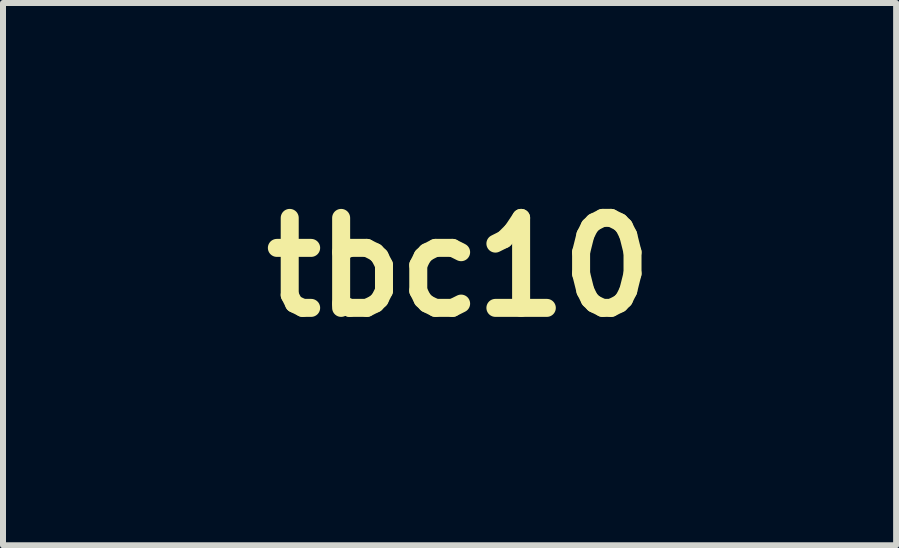
<source format=kicad_pcb>
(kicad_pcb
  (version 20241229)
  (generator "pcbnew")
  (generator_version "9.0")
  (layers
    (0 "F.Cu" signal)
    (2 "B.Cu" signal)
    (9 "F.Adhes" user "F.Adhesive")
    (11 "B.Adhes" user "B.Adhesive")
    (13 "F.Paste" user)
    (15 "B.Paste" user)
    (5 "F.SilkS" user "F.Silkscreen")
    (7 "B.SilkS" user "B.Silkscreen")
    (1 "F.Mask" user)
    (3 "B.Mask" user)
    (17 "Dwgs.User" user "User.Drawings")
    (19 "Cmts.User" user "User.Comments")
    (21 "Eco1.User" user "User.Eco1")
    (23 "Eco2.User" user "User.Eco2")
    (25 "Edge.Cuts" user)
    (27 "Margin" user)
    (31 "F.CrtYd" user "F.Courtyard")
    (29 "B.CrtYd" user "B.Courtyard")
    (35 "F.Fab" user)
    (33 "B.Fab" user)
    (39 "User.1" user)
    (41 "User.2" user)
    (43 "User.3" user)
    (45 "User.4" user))
  (footprint "tbc10"
    (layer "F.Cu")
    (at 4.601 1.404)
    (property "Reference" "tbc10" (at 0 0 0) (layer "F.SilkS") (effects (font (size 1.5 1.5) (thickness 0.3))))
    (attr board_only exclude_from_pos_files exclude_from_bom)
    (fp_poly (pts (xy -4.551 0.634) (xy -4.558 0.64) (xy -4.565 0.634) (xy -4.558 0.627)) (stroke (width 0) (type solid)) (fill yes) (layer "F.Mask"))
    (fp_poly (pts (xy -4.497 0.593) (xy -4.504 0.6) (xy -4.51 0.593) (xy -4.504 0.586)) (stroke (width 0) (type solid)) (fill yes) (layer "F.Mask"))
    (fp_poly (pts (xy -4.483 0.852) (xy -4.49 0.858) (xy -4.497 0.852) (xy -4.49 0.845)) (stroke (width 0) (type solid)) (fill yes) (layer "F.Mask"))
    (fp_poly (pts (xy -4.47 0.579) (xy -4.476 0.586) (xy -4.483 0.579) (xy -4.476 0.572)) (stroke (width 0) (type solid)) (fill yes) (layer "F.Mask"))
    (fp_poly (pts (xy -4.456 0.893) (xy -4.463 0.899) (xy -4.47 0.893) (xy -4.463 0.886)) (stroke (width 0) (type solid)) (fill yes) (layer "F.Mask"))
    (fp_poly (pts (xy -4.361 0.456) (xy -4.367 0.463) (xy -4.374 0.456) (xy -4.367 0.45)) (stroke (width 0) (type solid)) (fill yes) (layer "F.Mask"))
    (fp_poly (pts (xy -4.333 0.429) (xy -4.34 0.436) (xy -4.347 0.429) (xy -4.34 0.422)) (stroke (width 0) (type solid)) (fill yes) (layer "F.Mask"))
    (fp_poly (pts (xy -4.238 0.375) (xy -4.245 0.382) (xy -4.252 0.375) (xy -4.245 0.368)) (stroke (width 0) (type solid)) (fill yes) (layer "F.Mask"))
    (fp_poly (pts (xy -4.211 0.293) (xy -4.217 0.3) (xy -4.224 0.293) (xy -4.217 0.286)) (stroke (width 0) (type solid)) (fill yes) (layer "F.Mask"))
    (fp_poly (pts (xy -4.183 0.266) (xy -4.19 0.273) (xy -4.197 0.266) (xy -4.19 0.259)) (stroke (width 0) (type solid)) (fill yes) (layer "F.Mask"))
    (fp_poly (pts (xy -4.129 0.211) (xy -4.136 0.218) (xy -4.142 0.211) (xy -4.136 0.204)) (stroke (width 0) (type solid)) (fill yes) (layer "F.Mask"))
    (fp_poly (pts (xy -3.965 0.061) (xy -3.972 0.068) (xy -3.979 0.061) (xy -3.972 0.055)) (stroke (width 0) (type solid)) (fill yes) (layer "F.Mask"))
    (fp_poly (pts (xy -3.475 1.233) (xy -3.482 1.24) (xy -3.488 1.233) (xy -3.482 1.226)) (stroke (width 0) (type solid)) (fill yes) (layer "F.Mask"))
    (fp_poly (pts (xy -3.052 1.233) (xy -3.059 1.24) (xy -3.066 1.233) (xy -3.059 1.226)) (stroke (width 0) (type solid)) (fill yes) (layer "F.Mask"))
    (fp_poly (pts (xy -2.671 1.233) (xy -2.678 1.24) (xy -2.684 1.233) (xy -2.678 1.226)) (stroke (width 0) (type solid)) (fill yes) (layer "F.Mask"))
    (fp_poly (pts (xy -2.18 0.252) (xy -2.187 0.259) (xy -2.194 0.252) (xy -2.187 0.245)) (stroke (width 0) (type solid)) (fill yes) (layer "F.Mask"))
    (fp_poly (pts (xy -0.886 1.233) (xy -0.893 1.24) (xy -0.899 1.233) (xy -0.893 1.226)) (stroke (width 0) (type solid)) (fill yes) (layer "F.Mask"))
    (fp_poly (pts (xy -4.024 0.128) (xy -4.028 0.134) (xy -4.041 0.135) (xy -4.056 0.132) (xy -4.05 0.127) (xy -4.028 0.125)) (stroke (width 0) (type solid)) (fill yes) (layer "F.Mask"))
    (fp_poly (pts (xy -4.578 0.678) (xy -4.574 0.686) (xy -4.577 0.702) (xy -4.584 0.704) (xy -4.6 0.693) (xy -4.601 0.686) (xy -4.595 0.669) (xy -4.591 0.668)) (stroke (width 0) (type solid)) (fill yes) (layer "F.Mask"))
    (fp_poly (pts (xy -4.433 0.513) (xy -4.435 0.518) (xy -4.448 0.531) (xy -4.451 0.531) (xy -4.452 0.523) (xy -4.449 0.518) (xy -4.436 0.505) (xy -4.434 0.504)) (stroke (width 0) (type solid)) (fill yes) (layer "F.Mask"))
    (fp_poly (pts (xy -1.898 0.594) (xy -1.88 0.607) (xy -1.87 0.625) (xy -1.877 0.642) (xy -1.899 0.662) (xy -1.937 0.69) (xy -1.961 0.694) (xy -1.973 0.674) (xy -1.973 0.644) (xy -1.968 0.609) (xy -1.954 0.593) (xy -1.934 0.589)) (stroke (width 0) (type solid)) (fill yes) (layer "F.Mask"))
    (fp_poly (pts (xy 1.472 0.713) (xy 1.492 0.723) (xy 1.493 0.724) (xy 1.492 0.742) (xy 1.471 0.757) (xy 1.438 0.763) (xy 1.405 0.757) (xy 1.392 0.751) (xy 1.379 0.734) (xy 1.389 0.719) (xy 1.418 0.71) (xy 1.438 0.709)) (stroke (width 0) (type solid)) (fill yes) (layer "F.Mask"))
    (fp_poly (pts (xy -1.531 0.77) (xy -1.522 0.775) (xy -1.515 0.793) (xy -1.532 0.81) (xy -1.576 0.826) (xy -1.584 0.829) (xy -1.624 0.836) (xy -1.643 0.829) (xy -1.644 0.828) (xy -1.643 0.809) (xy -1.622 0.791) (xy -1.592 0.775) (xy -1.558 0.767)) (stroke (width 0) (type solid)) (fill yes) (layer "F.Mask"))
    (fp_poly (pts (xy 1.92 0.773) (xy 1.939 0.781) (xy 1.946 0.794) (xy 1.94 0.825) (xy 1.914 0.854) (xy 1.875 0.879) (xy 1.831 0.894) (xy 1.789 0.898) (xy 1.76 0.888) (xy 1.744 0.866) (xy 1.75 0.839) (xy 1.773 0.813) (xy 1.81 0.79) (xy 1.856 0.776) (xy 1.881 0.773)) (stroke (width 0) (type solid)) (fill yes) (layer "F.Mask"))
    (fp_poly (pts (xy -2.379 0.74) (xy -2.368 0.753) (xy -2.363 0.769) (xy -2.366 0.803) (xy -2.389 0.832) (xy -2.425 0.851) (xy -2.466 0.859) (xy -2.506 0.852) (xy -2.527 0.837) (xy -2.545 0.805) (xy -2.545 0.773) (xy -2.531 0.754) (xy -2.508 0.746) (xy -2.469 0.74) (xy -2.443 0.738) (xy -2.401 0.736)) (stroke (width 0) (type solid)) (fill yes) (layer "F.Mask"))
    (fp_poly (pts (xy -0.503 0.771) (xy -0.474 0.791) (xy -0.451 0.816) (xy -0.441 0.84) (xy -0.442 0.846) (xy -0.458 0.864) (xy -0.486 0.887) (xy -0.516 0.906) (xy -0.535 0.913) (xy -0.548 0.904) (xy -0.556 0.896) (xy -0.564 0.87) (xy -0.562 0.834) (xy -0.553 0.798) (xy -0.539 0.772) (xy -0.529 0.766)) (stroke (width 0) (type solid)) (fill yes) (layer "F.Mask"))
    (fp_poly (pts (xy -1.885 0.772) (xy -1.849 0.792) (xy -1.818 0.822) (xy -1.8 0.852) (xy -1.799 0.861) (xy -1.812 0.884) (xy -1.849 0.91) (xy -1.866 0.92) (xy -1.912 0.942) (xy -1.941 0.951) (xy -1.96 0.948) (xy -1.975 0.933) (xy -1.982 0.924) (xy -2 0.879) (xy -1.998 0.836) (xy -1.979 0.798) (xy -1.947 0.774) (xy -1.906 0.767)) (stroke (width 0) (type solid)) (fill yes) (layer "F.Mask"))
    (fp_poly (pts (xy 2.946 0.353) (xy 2.968 0.386) (xy 2.998 0.439) (xy 3.034 0.507) (xy 3.075 0.588) (xy 3.12 0.678) (xy 3.167 0.776) (xy 3.208 0.865) (xy 3.233 0.917) (xy 3.253 0.962) (xy 3.268 0.991) (xy 3.271 0.997) (xy 3.282 1.021) (xy 3.3 1.062) (xy 3.317 1.103) (xy 3.335 1.152) (xy 3.34 1.182) (xy 3.334 1.195) (xy 3.315 1.199) (xy 3.275 1.202) (xy 3.221 1.205) (xy 3.159 1.206) (xy 3.096 1.206) (xy 3.038 1.205) (xy 2.991 1.203) (xy 2.977 1.201) (xy 2.947 1.196) (xy 2.927 1.186) (xy 2.915 1.165) (xy 2.91 1.129) (xy 2.909 1.074) (xy 2.91 1.032) (xy 2.911 0.973) (xy 2.912 0.894) (xy 2.914 0.802) (xy 2.914 0.705) (xy 2.915 0.617) (xy 2.915 0.52) (xy 2.917 0.448) (xy 2.919 0.397) (xy 2.923 0.365) (xy 2.927 0.347) (xy 2.934 0.341) (xy 2.934 0.341)) (stroke (width 0) (type solid)) (fill yes) (layer "F.Mask"))
    (fp_poly (pts (xy 4.062 0.239) (xy 4.125 0.241) (xy 4.185 0.245) (xy 4.237 0.251) (xy 4.273 0.257) (xy 4.286 0.262) (xy 4.286 0.279) (xy 4.275 0.314) (xy 4.257 0.362) (xy 4.234 0.418) (xy 4.208 0.475) (xy 4.182 0.529) (xy 4.158 0.574) (xy 4.139 0.604) (xy 4.128 0.613) (xy 4.117 0.624) (xy 4.115 0.636) (xy 4.109 0.658) (xy 4.093 0.698) (xy 4.069 0.75) (xy 4.041 0.807) (xy 4.012 0.865) (xy 3.984 0.917) (xy 3.961 0.958) (xy 3.945 0.98) (xy 3.944 0.982) (xy 3.928 1.008) (xy 3.924 1.028) (xy 3.917 1.058) (xy 3.901 1.081) (xy 3.881 1.09) (xy 3.866 1.08) (xy 3.865 1.064) (xy 3.864 1.024) (xy 3.863 0.963) (xy 3.863 0.883) (xy 3.864 0.789) (xy 3.864 0.682) (xy 3.865 0.567) (xy 3.867 0.445) (xy 3.869 0.326) (xy 3.87 0.249) (xy 3.955 0.241) (xy 4.003 0.239)) (stroke (width 0) (type solid)) (fill yes) (layer "F.Mask"))
    (fp_poly (pts (xy 3.538 0.232) (xy 3.607 0.235) (xy 3.653 0.242) (xy 3.679 0.251) (xy 3.688 0.265) (xy 3.687 0.271) (xy 3.685 0.29) (xy 3.683 0.332) (xy 3.682 0.395) (xy 3.68 0.474) (xy 3.678 0.565) (xy 3.677 0.666) (xy 3.677 0.695) (xy 3.676 0.799) (xy 3.674 0.896) (xy 3.672 0.981) (xy 3.67 1.052) (xy 3.668 1.104) (xy 3.666 1.133) (xy 3.666 1.137) (xy 3.653 1.172) (xy 3.635 1.18) (xy 3.61 1.161) (xy 3.599 1.147) (xy 3.58 1.116) (xy 3.57 1.095) (xy 3.57 1.093) (xy 3.564 1.074) (xy 3.548 1.041) (xy 3.536 1.02) (xy 3.516 0.982) (xy 3.504 0.951) (xy 3.502 0.941) (xy 3.494 0.915) (xy 3.484 0.9) (xy 3.469 0.877) (xy 3.45 0.837) (xy 3.433 0.797) (xy 3.412 0.748) (xy 3.383 0.685) (xy 3.351 0.619) (xy 3.337 0.593) (xy 3.281 0.485) (xy 3.236 0.396) (xy 3.2 0.323) (xy 3.191 0.304) (xy 3.18 0.281) (xy 3.176 0.263) (xy 3.182 0.251) (xy 3.2 0.242) (xy 3.234 0.237) (xy 3.287 0.234) (xy 3.361 0.232) (xy 3.445 0.232)) (stroke (width 0) (type solid)) (fill yes) (layer "F.Mask"))
    (fp_poly (pts (xy -3.65 -0.204) (xy -3.644 -0.201) (xy -3.64 -0.192) (xy -3.637 -0.172) (xy -3.637 -0.137) (xy -3.637 -0.085) (xy -3.638 -0.01) (xy -3.638 0.018) (xy -3.639 0.096) (xy -3.638 0.151) (xy -3.635 0.188) (xy -3.629 0.212) (xy -3.621 0.228) (xy -3.618 0.232) (xy -3.61 0.239) (xy -3.598 0.245) (xy -3.579 0.249) (xy -3.552 0.253) (xy -3.511 0.255) (xy -3.455 0.257) (xy -3.38 0.258) (xy -3.284 0.259) (xy -3.177 0.259) (xy -3.072 0.26) (xy -2.976 0.26) (xy -2.891 0.26) (xy -2.822 0.261) (xy -2.771 0.261) (xy -2.743 0.261) (xy -2.739 0.261) (xy -2.719 0.26) (xy -2.676 0.259) (xy -2.618 0.257) (xy -2.549 0.256) (xy -2.521 0.255) (xy -2.455 0.254) (xy -2.404 0.254) (xy -2.371 0.255) (xy -2.36 0.258) (xy -2.364 0.259) (xy -2.369 0.263) (xy -2.349 0.267) (xy -2.307 0.269) (xy -2.244 0.27) (xy -2.242 0.27) (xy -2.17 0.269) (xy -2.125 0.267) (xy -2.107 0.263) (xy -2.112 0.258) (xy -2.13 0.251) (xy -2.125 0.249) (xy -2.098 0.252) (xy -2.067 0.255) (xy -2.015 0.258) (xy -1.95 0.261) (xy -1.877 0.264) (xy -1.867 0.264) (xy -1.798 0.266) (xy -1.756 0.266) (xy -1.741 0.265) (xy -1.751 0.262) (xy -1.771 0.26) (xy -1.803 0.255) (xy -1.815 0.253) (xy -1.804 0.251) (xy -1.77 0.25) (xy -1.711 0.25) (xy -1.688 0.251) (xy -1.624 0.252) (xy -1.574 0.255) (xy -1.541 0.258) (xy -1.53 0.262) (xy -1.531 0.263) (xy -1.532 0.268) (xy -1.513 0.264) (xy -1.496 0.263) (xy -1.454 0.262) (xy -1.388 0.261) (xy -1.316 0.26) (xy -1.322 0.266) (xy -1.315 0.273) (xy -1.312 0.269) (xy -0.267 0.269) (xy -0.253 0.271) (xy -0.236 0.269) (xy -0.235 0.264) (xy -0.254 0.261) (xy -0.261 0.263) (xy -0.267 0.269) (xy -1.312 0.269) (xy -1.308 0.266) (xy -1.314 0.26) (xy -1.301 0.26) (xy -1.194 0.259) (xy -1.068 0.259) (xy -0.927 0.258) (xy -0.771 0.258) (xy -0.602 0.257) (xy -0.423 0.257) (xy -0.234 0.257) (xy -0.038 0.257) (xy 0.163 0.256) (xy 0.368 0.256) (xy 0.574 0.257) (xy 0.781 0.257) (xy 0.986 0.257) (xy 1.187 0.257) (xy 1.383 0.258) (xy 1.571 0.258) (xy 1.75 0.259) (xy 1.919 0.259) (xy 2.075 0.26) (xy 2.216 0.26) (xy 2.341 0.261) (xy 2.448 0.262) (xy 2.535 0.263) (xy 2.6 0.264) (xy 2.641 0.265) (xy 2.658 0.266) (xy 2.658 0.266) (xy 2.66 0.281) (xy 2.662 0.319) (xy 2.663 0.377) (xy 2.663 0.451) (xy 2.662 0.537) (xy 2.661 0.63) (xy 2.659 0.728) (xy 2.657 0.826) (xy 2.654 0.921) (xy 2.651 1.009) (xy 2.648 1.085) (xy 2.644 1.147) (xy 2.641 1.189) (xy 2.638 1.209) (xy 2.637 1.21) (xy 2.623 1.211) (xy 2.583 1.213) (xy 2.519 1.214) (xy 2.434 1.215) (xy 2.329 1.216) (xy 2.207 1.217) (xy 2.068 1.218) (xy 1.915 1.219) (xy 1.751 1.22) (xy 1.575 1.221) (xy 1.391 1.222) (xy 1.201 1.223) (xy 1.006 1.223) (xy 0.808 1.224) (xy 0.609 1.224) (xy 0.411 1.225) (xy 0.216 1.225) (xy 0.026 1.225) (xy -0.158 1.225) (xy -0.334 1.225) (xy -0.499 1.225) (xy -0.652 1.225) (xy -0.791 1.224) (xy -0.914 1.224) (xy -1.019 1.223) (xy -1.079 1.222) (xy -1.159 1.222) (xy -1.224 1.223) (xy -1.27 1.226) (xy -1.295 1.229) (xy -1.298 1.232) (xy -1.299 1.238) (xy -1.304 1.236) (xy -1.319 1.234) (xy -1.36 1.233) (xy -1.423 1.231) (xy -1.507 1.23) (xy -1.609 1.229) (xy -1.727 1.227) (xy -1.859 1.226) (xy -2.001 1.225) (xy -2.154 1.224) (xy -2.238 1.224) (xy -2.393 1.223) (xy -2.54 1.222) (xy -2.676 1.221) (xy -2.798 1.219) (xy -2.906 1.218) (xy -2.997 1.216) (xy -3.067 1.215) (xy -3.117 1.213) (xy -3.142 1.212) (xy -3.145 1.211) (xy -3.151 1.208) (xy -3.18 1.206) (xy -3.224 1.205) (xy -3.28 1.206) (xy -3.34 1.207) (xy -3.401 1.209) (xy -3.456 1.212) (xy -3.5 1.215) (xy -3.527 1.219) (xy -3.571 1.221) (xy -3.591 1.212) (xy -3.611 1.201) (xy -3.617 1.201) (xy -3.62 1.215) (xy -3.623 1.253) (xy -3.626 1.308) (xy -3.63 1.376) (xy -3.632 1.421) (xy -3.636 1.501) (xy -3.64 1.559) (xy -3.643 1.597) (xy -3.648 1.62) (xy -3.655 1.631) (xy -3.664 1.635) (xy -3.674 1.635) (xy -3.699 1.631) (xy -3.706 1.623) (xy -3.716 1.607) (xy -3.74 1.581) (xy -3.763 1.558) (xy -3.804 1.52) (xy -3.843 1.482) (xy -3.859 1.465) (xy -3.882 1.443) (xy -3.896 1.435) (xy -3.897 1.437) (xy -3.906 1.438) (xy -3.924 1.424) (xy -3.942 1.403) (xy -3.944 1.394) (xy -3.934 1.394) (xy -3.928 1.406) (xy -3.925 1.41) (xy -3.906 1.429) (xy -3.898 1.425) (xy -3.897 1.419) (xy -3.908 1.404) (xy -3.92 1.398) (xy -3.934 1.394) (xy -3.944 1.394) (xy -3.945 1.39) (xy -3.951 1.376) (xy -3.973 1.35) (xy -4.005 1.316) (xy -4.01 1.311) (xy -4.046 1.276) (xy -4.095 1.227) (xy -4.151 1.17) (xy -4.21 1.111) (xy -4.229 1.092) (xy -4.281 1.04) (xy -4.327 0.998) (xy -4.363 0.967) (xy -4.386 0.951) (xy -4.392 0.949) (xy -4.399 0.949) (xy -4.397 0.944) (xy -4.402 0.929) (xy -4.425 0.901) (xy -4.46 0.865) (xy -4.483 0.843) (xy -4.524 0.804) (xy -4.557 0.772) (xy -4.576 0.751) (xy -4.578 0.745) (xy -4.57 0.727) (xy -4.558 0.713) (xy -4.545 0.692) (xy -4.545 0.68) (xy -4.544 0.67) (xy -4.539 0.671) (xy -4.526 0.663) (xy -4.496 0.638) (xy -4.454 0.599) (xy -4.439 0.585) (xy -3.035 0.585) (xy -3.032 0.599) (xy -3.014 0.608) (xy -2.972 0.612) (xy -2.925 0.611) (xy -2.828 0.606) (xy -2.832 0.772) (xy -2.833 0.839) (xy -2.833 0.898) (xy -2.831 0.943) (xy -2.828 0.966) (xy -2.811 0.989) (xy -2.788 0.995) (xy -2.769 0.982) (xy -2.764 0.964) (xy -2.764 0.938) (xy -2.763 0.892) (xy -2.764 0.833) (xy -2.764 0.784) (xy -2.764 0.779) (xy -2.61 0.779) (xy -2.604 0.836) (xy -2.576 0.886) (xy -2.544 0.914) (xy -2.519 0.929) (xy -2.501 0.937) (xy -2.483 0.937) (xy -2.455 0.929) (xy -2.41 0.913) (xy -2.402 0.91) (xy -2.383 0.903) (xy -2.06 0.903) (xy -2.059 0.947) (xy -2.056 0.975) (xy -2.048 0.993) (xy -2.037 1.006) (xy -2.031 1.01) (xy -1.989 1.031) (xy -1.939 1.03) (xy -1.878 1.007) (xy -1.867 1.001) (xy -1.811 0.972) (xy -1.773 0.954) (xy -1.747 0.948) (xy -1.729 0.953) (xy -1.711 0.969) (xy -1.692 0.991) (xy -1.646 1.045) (xy -1.549 1.043) (xy -1.488 1.039) (xy -1.441 1.03) (xy -1.421 1.022) (xy -1.398 0.996) (xy -1.39 0.966) (xy -1.399 0.94) (xy -1.411 0.931) (xy -1.44 0.93) (xy -1.462 0.937) (xy -1.504 0.951) (xy -1.554 0.958) (xy -1.602 0.958) (xy -1.638 0.95) (xy -1.645 0.946) (xy -1.659 0.926) (xy -1.65 0.909) (xy -1.637 0.905) (xy -1.567 0.892) (xy -1.518 0.877) (xy -1.482 0.856) (xy -1.468 0.843) (xy -1.444 0.817) (xy -1.438 0.8) (xy -1.439 0.796) (xy -1.042 0.796) (xy -1.038 0.861) (xy -1.016 0.917) (xy -0.978 0.96) (xy -0.924 0.985) (xy -0.858 0.989) (xy -0.806 0.982) (xy -0.755 0.969) (xy -0.746 0.966) (xy -0.711 0.948) (xy -0.696 0.927) (xy -0.695 0.916) (xy -0.704 0.886) (xy -0.731 0.876) (xy -0.773 0.885) (xy -0.785 0.891) (xy -0.832 0.906) (xy -0.882 0.913) (xy -0.887 0.913) (xy -0.924 0.91) (xy -0.944 0.898) (xy -0.96 0.868) (xy -0.962 0.865) (xy -0.971 0.828) (xy -0.626 0.828) (xy -0.626 0.874) (xy -0.622 0.913) (xy -0.616 0.935) (xy -0.584 0.962) (xy -0.536 0.978) (xy -0.509 0.981) (xy -0.478 0.976) (xy -0.452 0.956) (xy -0.431 0.93) (xy -0.407 0.887) (xy -0.389 0.844) (xy -0.387 0.834) (xy -0.39 0.788) (xy -0.408 0.758) (xy -0.351 0.758) (xy -0.348 0.773) (xy -0.341 0.814) (xy -0.339 0.858) (xy -0.336 0.907) (xy -0.326 0.935) (xy -0.311 0.941) (xy -0.294 0.923) (xy -0.284 0.899) (xy -0.267 0.87) (xy -0.242 0.845) (xy -0.215 0.829) (xy -0.194 0.825) (xy -0.186 0.834) (xy -0.17 0.886) (xy -0.158 0.916) (xy -0.144 0.93) (xy -0.129 0.933) (xy -0.111 0.928) (xy -0.104 0.908) (xy -0.104 0.885) (xy -0.112 0.84) (xy -0.129 0.8) (xy -0.129 0.8) (xy -0.152 0.774) (xy -0.184 0.764) (xy -0.206 0.763) (xy -0.24 0.766) (xy -0.258 0.774) (xy -0.259 0.777) (xy -0.266 0.79) (xy -0.281 0.786) (xy -0.294 0.768) (xy -0.296 0.763) (xy -0.314 0.74) (xy -0.33 0.736) (xy -0.349 0.74) (xy -0.351 0.758) (xy -0.408 0.758) (xy -0.414 0.748) (xy -0.453 0.719) (xy -0.5 0.704) (xy -0.549 0.706) (xy -0.572 0.715) (xy -0.601 0.736) (xy -0.618 0.757) (xy -0.624 0.786) (xy -0.626 0.828) (xy -0.971 0.828) (xy -0.974 0.816) (xy -0.967 0.767) (xy -0.939 0.715) (xy -0.908 0.675) (xy -0.874 0.641) (xy -0.012 0.641) (xy -0.011 0.657) (xy 0.004 0.683) (xy 0.037 0.698) (xy 0.082 0.709) (xy 0.082 0.809) (xy 0.083 0.862) (xy 0.087 0.895) (xy 0.097 0.918) (xy 0.115 0.939) (xy 0.119 0.943) (xy 0.149 0.968) (xy 0.175 0.984) (xy 0.177 0.985) (xy 0.212 0.992) (xy 0.255 0.993) (xy 0.294 0.989) (xy 0.311 0.983) (xy 0.323 0.96) (xy 0.321 0.942) (xy 0.315 0.933) (xy 0.397 0.933) (xy 0.397 0.955) (xy 0.408 0.967) (xy 0.408 0.967) (xy 0.437 0.973) (xy 0.461 0.953) (xy 0.47 0.93) (xy 0.576 0.93) (xy 0.577 0.947) (xy 0.595 0.965) (xy 0.62 0.964) (xy 0.644 0.946) (xy 0.655 0.923) (xy 0.675 0.879) (xy 0.704 0.839) (xy 0.737 0.812) (xy 0.76 0.805) (xy 0.78 0.807) (xy 0.787 0.819) (xy 0.783 0.85) (xy 0.782 0.855) (xy 0.776 0.891) (xy 0.774 0.911) (xy 0.774 0.927) (xy 0.775 0.935) (xy 0.788 0.954) (xy 0.814 0.961) (xy 0.84 0.952) (xy 0.852 0.928) (xy 0.858 0.886) (xy 0.857 0.84) (xy 0.959 0.84) (xy 0.967 0.91) (xy 0.989 0.956) (xy 1.024 0.978) (xy 1.072 0.977) (xy 1.13 0.954) (xy 1.171 0.923) (xy 1.205 0.878) (xy 1.22 0.844) (xy 1.301 0.844) (xy 1.304 0.884) (xy 1.308 0.899) (xy 1.338 0.934) (xy 1.385 0.966) (xy 1.436 0.988) (xy 1.472 0.993) (xy 1.526 0.982) (xy 1.574 0.956) (xy 1.61 0.925) (xy 1.627 0.895) (xy 1.625 0.877) (xy 1.676 0.877) (xy 1.68 0.913) (xy 1.696 0.937) (xy 1.729 0.955) (xy 1.784 0.969) (xy 1.789 0.97) (xy 1.833 0.979) (xy 1.86 0.979) (xy 1.883 0.969) (xy 1.908 0.949) (xy 1.946 0.923) (xy 1.972 0.919) (xy 1.983 0.937) (xy 1.984 0.941) (xy 1.994 0.996) (xy 2.015 1.028) (xy 2.039 1.036) (xy 2.064 1.029) (xy 2.071 1.006) (xy 2.071 1.005) (xy 2.068 0.974) (xy 2.059 0.93) (xy 2.052 0.905) (xy 2.043 0.863) (xy 2.041 0.83) (xy 2.048 0.792) (xy 2.061 0.748) (xy 2.078 0.694) (xy 2.095 0.643) (xy 2.107 0.613) (xy 2.121 0.57) (xy 2.134 0.52) (xy 2.143 0.471) (xy 2.147 0.43) (xy 2.145 0.407) (xy 2.145 0.407) (xy 2.127 0.395) (xy 2.106 0.408) (xy 2.084 0.443) (xy 2.07 0.477) (xy 2.052 0.527) (xy 2.033 0.572) (xy 2.024 0.593) (xy 2.006 0.636) (xy 1.992 0.675) (xy 1.985 0.695) (xy 1.976 0.707) (xy 1.959 0.711) (xy 1.928 0.709) (xy 1.876 0.701) (xy 1.865 0.7) (xy 1.8 0.702) (xy 1.745 0.728) (xy 1.704 0.772) (xy 1.68 0.834) (xy 1.676 0.877) (xy 1.625 0.877) (xy 1.624 0.873) (xy 1.6 0.861) (xy 1.571 0.867) (xy 1.539 0.886) (xy 1.539 0.886) (xy 1.507 0.906) (xy 1.469 0.91) (xy 1.453 0.908) (xy 1.415 0.899) (xy 1.383 0.883) (xy 1.365 0.865) (xy 1.365 0.851) (xy 1.382 0.846) (xy 1.417 0.841) (xy 1.446 0.838) (xy 1.508 0.825) (xy 1.547 0.799) (xy 1.565 0.756) (xy 1.567 0.731) (xy 1.559 0.693) (xy 1.53 0.657) (xy 1.523 0.651) (xy 1.49 0.627) (xy 1.462 0.614) (xy 1.456 0.613) (xy 1.428 0.619) (xy 1.389 0.632) (xy 1.351 0.649) (xy 1.325 0.666) (xy 1.32 0.671) (xy 1.311 0.698) (xy 1.305 0.742) (xy 1.301 0.794) (xy 1.301 0.844) (xy 1.22 0.844) (xy 1.228 0.826) (xy 1.24 0.774) (xy 1.238 0.728) (xy 1.219 0.695) (xy 1.218 0.694) (xy 1.199 0.683) (xy 1.182 0.695) (xy 1.178 0.701) (xy 1.166 0.734) (xy 1.167 0.763) (xy 1.165 0.814) (xy 1.137 0.856) (xy 1.102 0.88) (xy 1.064 0.895) (xy 1.04 0.892) (xy 1.027 0.867) (xy 1.022 0.819) (xy 1.022 0.804) (xy 1.02 0.756) (xy 1.014 0.729) (xy 1.003 0.722) (xy 0.979 0.731) (xy 0.965 0.759) (xy 0.959 0.809) (xy 0.959 0.84) (xy 0.857 0.84) (xy 0.857 0.836) (xy 0.85 0.786) (xy 0.844 0.765) (xy 0.828 0.735) (xy 0.805 0.723) (xy 0.785 0.722) (xy 0.749 0.727) (xy 0.725 0.738) (xy 0.712 0.743) (xy 0.699 0.727) (xy 0.688 0.704) (xy 0.667 0.666) (xy 0.648 0.655) (xy 0.633 0.671) (xy 0.623 0.712) (xy 0.615 0.759) (xy 0.602 0.815) (xy 0.593 0.848) (xy 0.581 0.893) (xy 0.576 0.93) (xy 0.47 0.93) (xy 0.477 0.915) (xy 0.489 0.85) (xy 0.489 0.799) (xy 0.476 0.764) (xy 0.451 0.75) (xy 0.448 0.749) (xy 0.429 0.757) (xy 0.423 0.782) (xy 0.422 0.79) (xy 0.419 0.829) (xy 0.41 0.877) (xy 0.406 0.893) (xy 0.397 0.933) (xy 0.315 0.933) (xy 0.31 0.923) (xy 0.287 0.915) (xy 0.252 0.913) (xy 0.206 0.908) (xy 0.177 0.889) (xy 0.161 0.852) (xy 0.157 0.793) (xy 0.157 0.789) (xy 0.157 0.715) (xy 0.218 0.711) (xy 0.271 0.703) (xy 0.3 0.688) (xy 0.304 0.665) (xy 0.299 0.653) (xy 0.281 0.635) (xy 0.248 0.628) (xy 0.224 0.627) (xy 0.19 0.626) (xy 0.171 0.619) (xy 0.163 0.601) (xy 0.163 0.592) (xy 0.408 0.592) (xy 0.411 0.611) (xy 0.427 0.644) (xy 0.446 0.653) (xy 0.463 0.638) (xy 0.474 0.601) (xy 0.474 0.596) (xy 0.473 0.558) (xy 0.461 0.539) (xy 0.456 0.536) (xy 0.428 0.536) (xy 0.411 0.557) (xy 0.408 0.592) (xy 0.163 0.592) (xy 0.162 0.565) (xy 0.163 0.535) (xy 0.162 0.497) (xy 0.154 0.479) (xy 0.144 0.477) (xy 0.128 0.485) (xy 0.116 0.512) (xy 0.108 0.562) (xy 0.106 0.579) (xy 0.099 0.608) (xy 0.08 0.62) (xy 0.061 0.621) (xy 0.018 0.623) (xy -0.005 0.629) (xy -0.012 0.641) (xy -0.874 0.641) (xy -0.868 0.634) (xy -0.835 0.615) (xy -0.819 0.613) (xy -0.776 0.606) (xy -0.753 0.586) (xy -0.752 0.565) (xy -0.765 0.535) (xy -0.793 0.524) (xy -0.836 0.533) (xy -0.874 0.548) (xy -0.928 0.578) (xy -0.967 0.615) (xy -0.99 0.649) (xy -1.027 0.723) (xy -1.042 0.796) (xy -1.439 0.796) (xy -1.446 0.779) (xy -1.453 0.769) (xy -1.489 0.733) (xy -1.54 0.713) (xy -1.595 0.709) (xy -1.631 0.712) (xy -1.656 0.725) (xy -1.681 0.754) (xy -1.686 0.763) (xy -1.716 0.801) (xy -1.739 0.815) (xy -1.757 0.806) (xy -1.769 0.787) (xy -1.789 0.753) (xy -1.801 0.733) (xy -1.81 0.712) (xy -1.799 0.689) (xy -1.794 0.683) (xy -1.778 0.662) (xy -1.777 0.639) (xy -1.786 0.608) (xy -1.816 0.564) (xy -1.864 0.53) (xy -1.925 0.51) (xy -1.981 0.507) (xy -2.016 0.511) (xy -2.033 0.521) (xy -2.038 0.545) (xy -2.038 0.566) (xy -2.041 0.61) (xy -2.046 0.65) (xy -2.048 0.654) (xy -2.051 0.682) (xy -2.055 0.729) (xy -2.058 0.789) (xy -2.059 0.837) (xy -2.06 0.903) (xy -2.383 0.903) (xy -2.357 0.893) (xy -2.33 0.878) (xy -2.317 0.86) (xy -2.309 0.832) (xy -2.308 0.825) (xy -2.301 0.776) (xy -2.305 0.742) (xy -2.323 0.712) (xy -2.344 0.689) (xy -2.366 0.669) (xy -2.385 0.658) (xy -2.41 0.655) (xy -2.45 0.659) (xy -2.476 0.662) (xy -2.526 0.67) (xy -2.556 0.679) (xy -2.575 0.693) (xy -2.591 0.716) (xy -2.594 0.722) (xy -2.61 0.779) (xy -2.764 0.779) (xy -2.764 0.721) (xy -2.762 0.668) (xy -2.759 0.631) (xy -2.755 0.617) (xy -2.731 0.604) (xy -2.682 0.601) (xy -2.608 0.608) (xy -2.606 0.608) (xy -2.568 0.611) (xy -2.547 0.605) (xy -2.54 0.593) (xy -2.542 0.565) (xy -2.557 0.543) (xy -2.586 0.529) (xy -2.634 0.518) (xy -2.693 0.511) (xy -2.755 0.509) (xy -2.812 0.512) (xy -2.857 0.521) (xy -2.869 0.526) (xy -2.91 0.54) (xy -2.949 0.545) (xy -2.989 0.551) (xy -3.02 0.566) (xy -3.035 0.585) (xy -4.439 0.585) (xy -4.402 0.55) (xy -4.343 0.493) (xy -4.281 0.431) (xy -4.218 0.368) (xy -4.157 0.306) (xy -4.118 0.265) (xy -2.59 0.265) (xy -2.577 0.267) (xy -2.542 0.268) (xy -2.541 0.268) (xy -2.505 0.268) (xy -2.489 0.266) (xy -2.497 0.263) (xy -2.538 0.26) (xy -2.579 0.263) (xy -2.59 0.265) (xy -4.118 0.265) (xy -4.101 0.248) (xy -4.094 0.24) (xy -3.647 0.24) (xy -3.645 0.245) (xy -3.627 0.258) (xy -3.623 0.259) (xy -3.616 0.251) (xy -3.618 0.245) (xy -3.636 0.232) (xy -3.64 0.232) (xy -3.647 0.24) (xy -4.094 0.24) (xy -4.054 0.197) (xy -4.018 0.156) (xy -4.002 0.137) (xy -3.968 0.096) (xy -3.924 0.047) (xy -3.874 -0.006) (xy -3.822 -0.06) (xy -3.771 -0.11) (xy -3.725 -0.153) (xy -3.688 -0.185) (xy -3.664 -0.202) (xy -3.658 -0.204)) (stroke (width 0) (type solid)) (fill yes) (layer "F.Mask")))
  (gr_rect
    (start -3 -3)
    (end 11.888 6.039)
    (stroke (width 0.1) (type default))
    (fill no)
    (layer "Edge.Cuts")))
</source>
